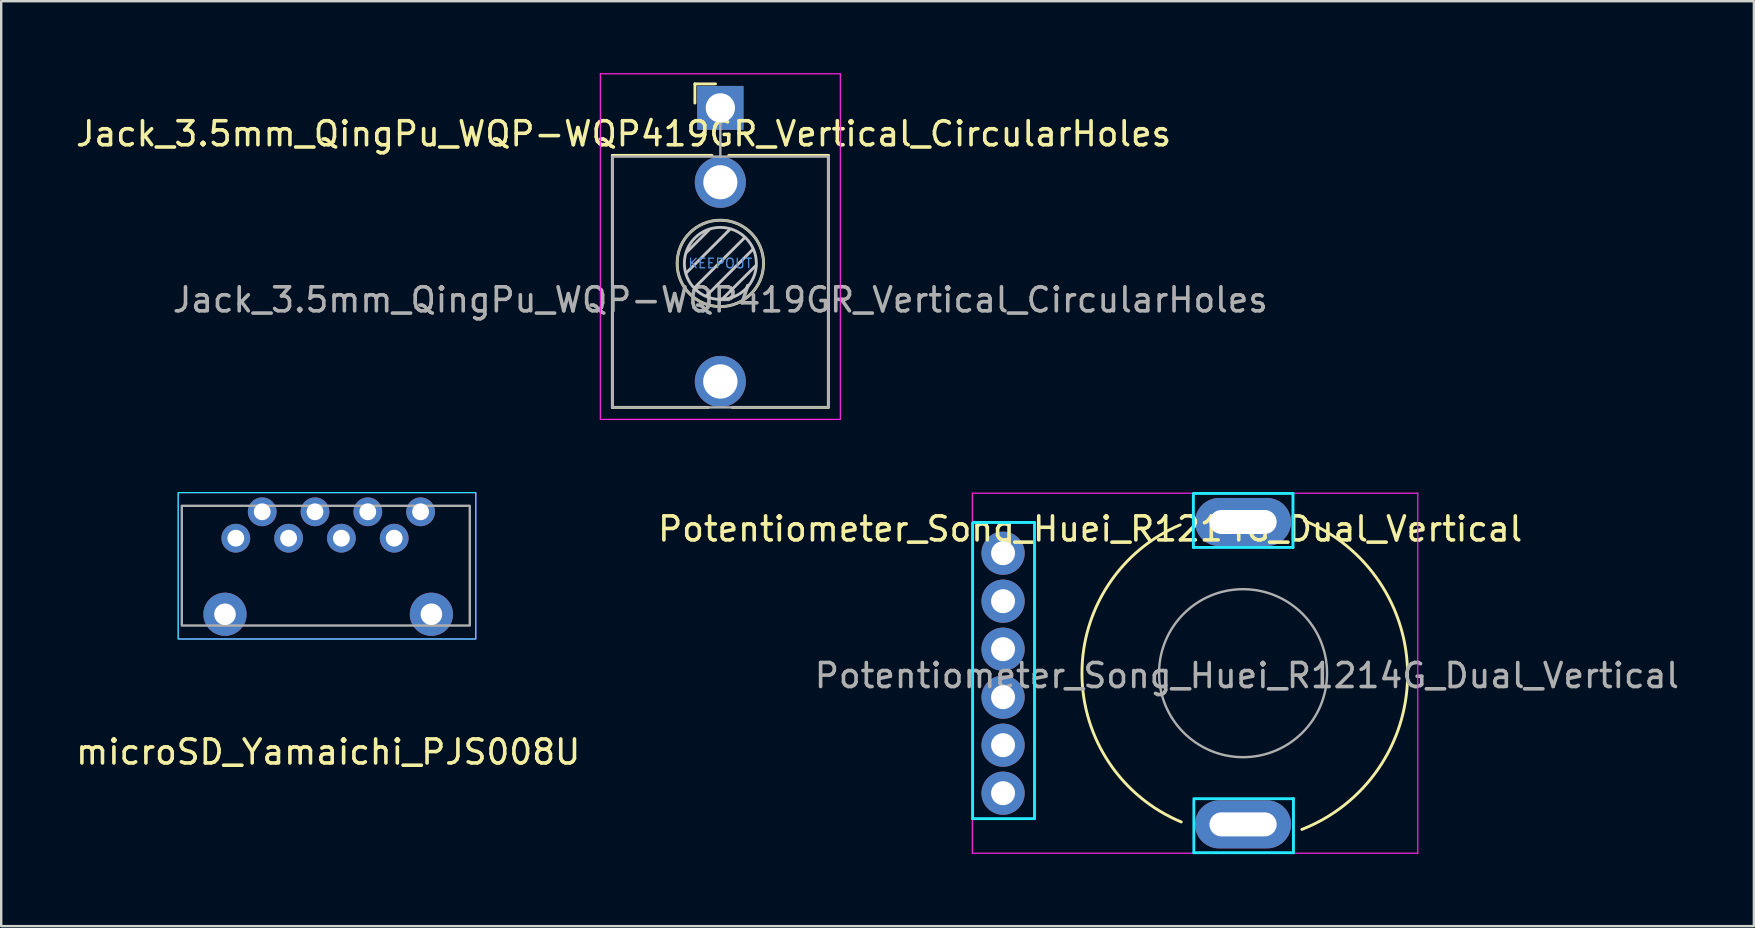
<source format=kicad_pcb>
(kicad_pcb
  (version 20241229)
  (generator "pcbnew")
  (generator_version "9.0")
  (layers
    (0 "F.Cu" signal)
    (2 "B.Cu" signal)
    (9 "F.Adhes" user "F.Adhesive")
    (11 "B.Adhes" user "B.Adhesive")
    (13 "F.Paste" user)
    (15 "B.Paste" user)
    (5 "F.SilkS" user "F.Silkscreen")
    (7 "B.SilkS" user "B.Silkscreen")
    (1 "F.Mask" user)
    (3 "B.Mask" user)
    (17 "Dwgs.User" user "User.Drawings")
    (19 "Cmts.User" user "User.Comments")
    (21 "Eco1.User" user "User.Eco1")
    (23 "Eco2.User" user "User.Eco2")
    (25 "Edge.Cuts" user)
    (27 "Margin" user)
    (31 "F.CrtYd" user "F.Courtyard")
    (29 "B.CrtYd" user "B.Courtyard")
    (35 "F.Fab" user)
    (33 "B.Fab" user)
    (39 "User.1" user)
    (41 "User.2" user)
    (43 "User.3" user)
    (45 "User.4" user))
  (footprint "microSD_Yamaichi_PJS008U"
    (layer "F.Cu")
    (at 10.625 20.525)
    (property "Reference" "microSD_Yamaichi_PJS008U" (at 0 7.76 0) (unlocked yes) (layer "F.SilkS") (effects (font (size 1 1) (thickness 0.15))))
    (attr through_hole)
    (fp_rect (start -6.25 -3.05) (end 6.15 3.05) (stroke (width 0.05) (type solid)) (fill no) (layer "B.CrtYd"))
    (fp_rect (start -6.25 -3.05) (end 6.15 3.05) (stroke (width 0.05) (type solid)) (fill no) (layer "F.CrtYd"))
    (fp_rect (start -6.1 -2.5) (end 5.9 2.49) (stroke (width 0.1) (type solid)) (fill no) (layer "F.Fab"))
    (pad "1" thru_hole circle (at -3.85 -1.15) (size 1.2 1.2) (drill 0.7) (layers "*.Cu" "*.Mask"))
    (pad "2" thru_hole circle (at -2.75 -2.25) (size 1.2 1.2) (drill 0.7) (layers "*.Cu" "*.Mask"))
    (pad "3" thru_hole circle (at -1.65 -1.15) (size 1.2 1.2) (drill 0.7) (layers "*.Cu" "*.Mask"))
    (pad "4" thru_hole circle (at -0.55 -2.25) (size 1.2 1.2) (drill 0.7) (layers "*.Cu" "*.Mask"))
    (pad "5" thru_hole circle (at 0.55 -1.15) (size 1.2 1.2) (drill 0.7) (layers "*.Cu" "*.Mask"))
    (pad "6" thru_hole circle (at 1.65 -2.25) (size 1.2 1.2) (drill 0.7) (layers "*.Cu" "*.Mask"))
    (pad "7" thru_hole circle (at 2.75 -1.15) (size 1.2 1.2) (drill 0.7) (layers "*.Cu" "*.Mask"))
    (pad "8" thru_hole circle (at 3.85 -2.25) (size 1.2 1.2) (drill 0.7) (layers "*.Cu" "*.Mask"))
    (pad "9" thru_hole circle (at -4.3 2.02) (size 1.8 1.8) (drill 0.9) (layers "*.Cu" "*.Mask"))
    (pad "9" thru_hole circle (at 4.3 2.02) (size 1.8 1.8) (drill 0.9) (layers "*.Cu" "*.Mask")))
  (footprint "Potentiometer_Song_Huei_R1214G_Dual_Vertical"
    (layer "F.Cu")
    (at 38.745 20)
    (property "Reference" "Potentiometer_Song_Huei_R1214G_Dual_Vertical" (at 3.63 -1.01 180) (layer "F.SilkS") (effects (font (size 1 1) (thickness 0.15))))
    (attr through_hole)
    (fp_arc (start 7.425646 11.199153) (mid 3.28761 5.024751) (end 7.38 -1.18) (stroke (width 0.12) (type solid)) (layer "F.SilkS"))
    (fp_arc (start 12.555396 -1.351971) (mid 16.855922 5.114686) (end 12.45 11.51) (stroke (width 0.12) (type solid)) (layer "F.SilkS"))
    (fp_line (start -1.27 11.06) (end -1.27 -1.26) (stroke (width 0.12) (type solid)) (layer "B.CrtYd"))
    (fp_line (start -1.23 -1.28) (end 1.31 -1.28) (stroke (width 0.12) (type solid)) (layer "B.CrtYd"))
    (fp_line (start 1.31 -1.28) (end 1.31 11.06) (stroke (width 0.12) (type solid)) (layer "B.CrtYd"))
    (fp_line (start 1.31 11.06) (end -1.27 11.06) (stroke (width 0.12) (type solid)) (layer "B.CrtYd"))
    (fp_line (start 7.93 -2.42) (end 7.93 -0.24) (stroke (width 0.12) (type solid)) (layer "B.CrtYd"))
    (fp_line (start 7.93 -0.24) (end 12.08 -0.24) (stroke (width 0.12) (type solid)) (layer "B.CrtYd"))
    (fp_line (start 7.95 10.3) (end 7.95 12.48) (stroke (width 0.12) (type solid)) (layer "B.CrtYd"))
    (fp_line (start 7.95 12.48) (end 12.1 12.48) (stroke (width 0.12) (type solid)) (layer "B.CrtYd"))
    (fp_line (start 12.08 -2.49) (end 7.93 -2.49) (stroke (width 0.12) (type solid)) (layer "B.CrtYd"))
    (fp_line (start 12.08 -0.24) (end 12.08 -2.49) (stroke (width 0.12) (type solid)) (layer "B.CrtYd"))
    (fp_line (start 12.1 10.23) (end 7.95 10.23) (stroke (width 0.12) (type solid)) (layer "B.CrtYd"))
    (fp_line (start 12.1 12.48) (end 12.1 10.23) (stroke (width 0.12) (type solid)) (layer "B.CrtYd"))
    (fp_line (start -1.28 -2.5) (end -1.28 12.5) (stroke (width 0.05) (type solid)) (layer "F.CrtYd"))
    (fp_line (start -1.28 12.5) (end 17.28 12.5) (stroke (width 0.05) (type solid)) (layer "F.CrtYd"))
    (fp_line (start 17.28 -2.5) (end -1.28 -2.5) (stroke (width 0.05) (type solid)) (layer "F.CrtYd"))
    (fp_line (start 17.28 12.5) (end 17.28 -2.5) (stroke (width 0.05) (type solid)) (layer "F.CrtYd"))
    (fp_circle (center 10 5) (end 13.5 5) (stroke (width 0.1) (type solid)) (fill no) (layer "F.Fab"))
    (fp_text user "${REFERENCE}" (at 10.16 5.1 0) (layer "F.Fab") (effects (font (size 1 1) (thickness 0.15))))
    (pad "" thru_hole oval (at 10 -1.3 90) (size 2 4) (drill oval 1 2.8) (layers "*.Cu" "*.Mask"))
    (pad "" thru_hole oval (at 10 11.3 90) (size 2 4) (drill oval 1 2.8) (layers "*.Cu" "*.Mask"))
    (pad "1" thru_hole circle (at 0 2 90) (size 1.8 1.8) (drill 1) (layers "*.Cu" "*.Mask"))
    (pad "2" thru_hole circle (at 0 0 180) (size 1.8 1.8) (drill 1) (layers "*.Cu" "*.Mask"))
    (pad "3" thru_hole circle (at 0 10 90) (size 1.8 1.8) (drill 1) (layers "*.Cu" "*.Mask"))
    (pad "4" thru_hole circle (at 0 4 90) (size 1.8 1.8) (drill 1) (layers "*.Cu" "*.Mask"))
    (pad "5" thru_hole circle (at 0 6 90) (size 1.8 1.8) (drill 1) (layers "*.Cu" "*.Mask"))
    (pad "6" thru_hole circle (at 0 8 90) (size 1.8 1.8) (drill 1) (layers "*.Cu" "*.Mask")))
  (footprint "Jack_3.5mm_QingPu_WQP-WQP419GR_Vertical_CircularHoles"
    (layer "F.Cu")
    (at 26.965 1.445)
    (property "Reference" "Jack_3.5mm_QingPu_WQP-WQP419GR_Vertical_CircularHoles" (at -4.03 1.08 180) (layer "F.SilkS") (effects (font (size 1 1) (thickness 0.15))))
    (attr through_hole)
    (fp_line (start -4.5 1.98) (end -4.5 12.48) (stroke (width 0.12) (type solid)) (layer "F.SilkS"))
    (fp_line (start -1.06 -1) (end -1.06 -0.2) (stroke (width 0.12) (type solid)) (layer "F.SilkS"))
    (fp_line (start -1.06 -1) (end -0.2 -1) (stroke (width 0.12) (type solid)) (layer "F.SilkS"))
    (fp_line (start -0.5 12.48) (end -4.5 12.48) (stroke (width 0.12) (type solid)) (layer "F.SilkS"))
    (fp_line (start -0.35 1.98) (end -4.5 1.98) (stroke (width 0.12) (type solid)) (layer "F.SilkS"))
    (fp_line (start 4.5 1.98) (end 0.35 1.98) (stroke (width 0.12) (type solid)) (layer "F.SilkS"))
    (fp_line (start 4.5 1.98) (end 4.5 12.48) (stroke (width 0.12) (type solid)) (layer "F.SilkS"))
    (fp_line (start 4.5 12.48) (end 0.5 12.48) (stroke (width 0.12) (type solid)) (layer "F.SilkS"))
    (fp_circle (center 0 6.48) (end 1.8 6.48) (stroke (width 0.12) (type solid)) (fill no) (layer "F.SilkS"))
    (fp_line (start -1.42 6.875) (end 0.4 5.06) (stroke (width 0.12) (type solid)) (layer "Dwgs.User"))
    (fp_line (start -1.41 6.02) (end -0.46 5.07) (stroke (width 0.12) (type solid)) (layer "Dwgs.User"))
    (fp_line (start -1.07 7.49) (end 1.01 5.41) (stroke (width 0.12) (type solid)) (layer "Dwgs.User"))
    (fp_line (start -0.58 7.83) (end 1.36 5.89) (stroke (width 0.12) (type solid)) (layer "Dwgs.User"))
    (fp_line (start 0.09 7.96) (end 1.48 6.57) (stroke (width 0.12) (type solid)) (layer "Dwgs.User"))
    (fp_circle (center 0 6.48) (end 1.5 6.48) (stroke (width 0.12) (type solid)) (fill no) (layer "Dwgs.User"))
    (fp_line (start -5 12.98) (end -5 -1.42) (stroke (width 0.05) (type solid)) (layer "F.CrtYd"))
    (fp_line (start 5 -1.42) (end -5 -1.42) (stroke (width 0.05) (type solid)) (layer "F.CrtYd"))
    (fp_line (start 5 12.98) (end -5 12.98) (stroke (width 0.05) (type solid)) (layer "F.CrtYd"))
    (fp_line (start 5 12.98) (end 5 -1.42) (stroke (width 0.05) (type solid)) (layer "F.CrtYd"))
    (fp_line (start -4.5 12.48) (end -4.5 2.08) (stroke (width 0.1) (type solid)) (layer "F.Fab"))
    (fp_line (start 0 0) (end 0 2.03) (stroke (width 0.1) (type solid)) (layer "F.Fab"))
    (fp_line (start 4.5 2.03) (end -4.5 2.03) (stroke (width 0.1) (type solid)) (layer "F.Fab"))
    (fp_line (start 4.5 12.48) (end -4.5 12.48) (stroke (width 0.1) (type solid)) (layer "F.Fab"))
    (fp_line (start 4.5 12.48) (end 4.5 2.08) (stroke (width 0.1) (type solid)) (layer "F.Fab"))
    (fp_circle (center 0 6.48) (end 1.8 6.48) (stroke (width 0.1) (type solid)) (fill no) (layer "F.Fab"))
    (fp_text user "KEEPOUT" (at 0 6.48 0) (layer "Cmts.User") (effects (font (size 0.4 0.4) (thickness 0.051))))
    (fp_text user "${REFERENCE}" (at 0 8 180) (layer "F.Fab") (effects (font (size 1 1) (thickness 0.15))))
    (pad "R" thru_hole circle (at 0 3.1 180) (size 2.13 2.13) (drill 1.42) (layers "*.Cu" "*.Mask"))
    (pad "S" thru_hole rect (at 0 0 180) (size 1.93 1.83) (drill 1.22) (layers "*.Cu" "*.Mask"))
    (pad "T" thru_hole circle (at 0 11.4 180) (size 2.13 2.13) (drill 1.43) (layers "*.Cu" "*.Mask")))
  (gr_rect
    (start -3 -3)
    (end 70.03 35.54)
    (stroke (width 0.1) (type default))
    (fill no)
    (layer "Edge.Cuts")))
</source>
